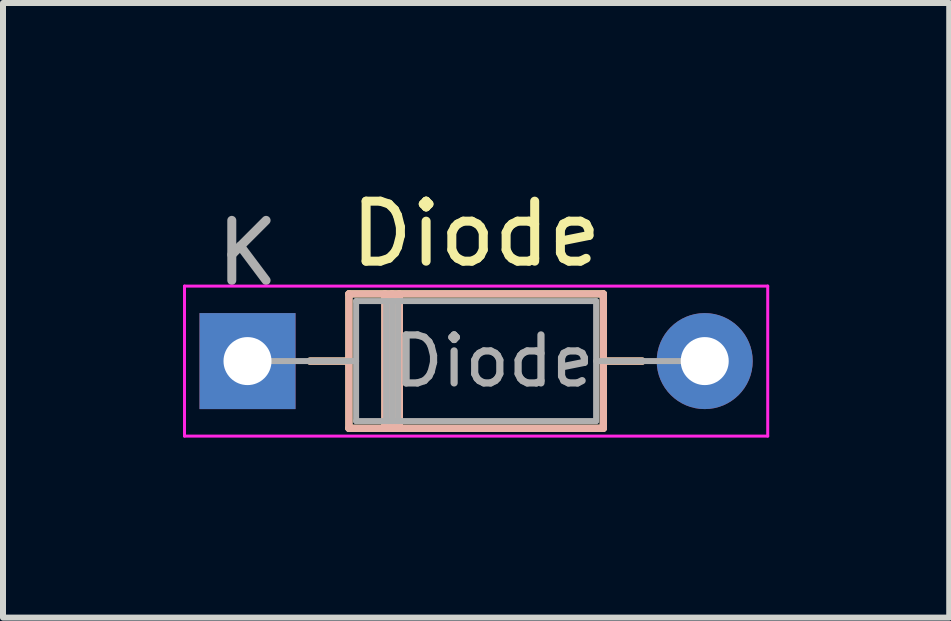
<source format=kicad_pcb>
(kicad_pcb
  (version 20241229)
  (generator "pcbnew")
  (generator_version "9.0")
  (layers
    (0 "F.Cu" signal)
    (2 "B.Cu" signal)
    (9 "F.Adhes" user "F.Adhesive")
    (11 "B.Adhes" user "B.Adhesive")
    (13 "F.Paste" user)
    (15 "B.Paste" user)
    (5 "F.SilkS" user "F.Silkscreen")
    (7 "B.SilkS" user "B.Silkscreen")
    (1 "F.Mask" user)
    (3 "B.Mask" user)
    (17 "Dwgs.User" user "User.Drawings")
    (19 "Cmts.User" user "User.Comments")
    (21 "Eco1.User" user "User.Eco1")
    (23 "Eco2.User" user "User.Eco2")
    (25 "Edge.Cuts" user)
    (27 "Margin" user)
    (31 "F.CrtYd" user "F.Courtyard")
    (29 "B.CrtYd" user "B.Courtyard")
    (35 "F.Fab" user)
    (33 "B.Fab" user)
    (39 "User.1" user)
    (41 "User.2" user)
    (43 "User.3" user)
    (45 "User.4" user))
  (footprint "Diode"
    (layer "F.Cu")
    (at 1.075 2.968)
    (property "Reference" "Diode" (at 3.81 -2.12 0) (layer "F.SilkS") (effects (font (size 1 1) (thickness 0.15))))
    (attr through_hole)
    (fp_line (start 1.04 0) (end 1.69 0) (stroke (width 0.12) (type solid)) (layer "F.SilkS"))
    (fp_line (start 1.69 -1.12) (end 1.69 1.12) (stroke (width 0.12) (type solid)) (layer "F.SilkS"))
    (fp_line (start 1.69 1.12) (end 5.93 1.12) (stroke (width 0.12) (type solid)) (layer "F.SilkS"))
    (fp_line (start 2.29 -1.12) (end 2.29 1.12) (stroke (width 0.12) (type solid)) (layer "F.SilkS"))
    (fp_line (start 2.41 -1.12) (end 2.41 1.12) (stroke (width 0.12) (type solid)) (layer "F.SilkS"))
    (fp_line (start 2.53 -1.12) (end 2.53 1.12) (stroke (width 0.12) (type solid)) (layer "F.SilkS"))
    (fp_line (start 5.93 -1.12) (end 1.69 -1.12) (stroke (width 0.12) (type solid)) (layer "F.SilkS"))
    (fp_line (start 5.93 1.12) (end 5.93 -1.12) (stroke (width 0.12) (type solid)) (layer "F.SilkS"))
    (fp_line (start 6.58 0) (end 5.93 0) (stroke (width 0.12) (type solid)) (layer "F.SilkS"))
    (fp_line (start 1.04 0) (end 1.69 0) (stroke (width 0.12) (type solid)) (layer "B.SilkS"))
    (fp_line (start 1.69 -1.12) (end 1.69 1.12) (stroke (width 0.12) (type solid)) (layer "B.SilkS"))
    (fp_line (start 1.69 1.12) (end 5.93 1.12) (stroke (width 0.12) (type solid)) (layer "B.SilkS"))
    (fp_line (start 2.29 -1.12) (end 2.29 1.12) (stroke (width 0.12) (type solid)) (layer "B.SilkS"))
    (fp_line (start 2.41 -1.12) (end 2.41 1.12) (stroke (width 0.12) (type solid)) (layer "B.SilkS"))
    (fp_line (start 2.53 -1.12) (end 2.53 1.12) (stroke (width 0.12) (type solid)) (layer "B.SilkS"))
    (fp_line (start 5.93 -1.12) (end 1.69 -1.12) (stroke (width 0.12) (type solid)) (layer "B.SilkS"))
    (fp_line (start 5.93 1.12) (end 5.93 -1.12) (stroke (width 0.12) (type solid)) (layer "B.SilkS"))
    (fp_line (start 6.58 0) (end 5.93 0) (stroke (width 0.12) (type solid)) (layer "B.SilkS"))
    (fp_line (start -1.05 -1.25) (end -1.05 1.25) (stroke (width 0.05) (type solid)) (layer "F.CrtYd"))
    (fp_line (start -1.05 1.25) (end 8.67 1.25) (stroke (width 0.05) (type solid)) (layer "F.CrtYd"))
    (fp_line (start 8.67 -1.25) (end -1.05 -1.25) (stroke (width 0.05) (type solid)) (layer "F.CrtYd"))
    (fp_line (start 8.67 1.25) (end 8.67 -1.25) (stroke (width 0.05) (type solid)) (layer "F.CrtYd"))
    (fp_line (start 0 0) (end 1.81 0) (stroke (width 0.1) (type solid)) (layer "F.Fab"))
    (fp_line (start 1.81 -1) (end 1.81 1) (stroke (width 0.1) (type solid)) (layer "F.Fab"))
    (fp_line (start 1.81 1) (end 5.81 1) (stroke (width 0.1) (type solid)) (layer "F.Fab"))
    (fp_line (start 2.31 -1) (end 2.31 1) (stroke (width 0.1) (type solid)) (layer "F.Fab"))
    (fp_line (start 2.41 -1) (end 2.41 1) (stroke (width 0.1) (type solid)) (layer "F.Fab"))
    (fp_line (start 2.51 -1) (end 2.51 1) (stroke (width 0.1) (type solid)) (layer "F.Fab"))
    (fp_line (start 5.81 -1) (end 1.81 -1) (stroke (width 0.1) (type solid)) (layer "F.Fab"))
    (fp_line (start 5.81 1) (end 5.81 -1) (stroke (width 0.1) (type solid)) (layer "F.Fab"))
    (fp_line (start 7.62 0) (end 5.81 0) (stroke (width 0.1) (type solid)) (layer "F.Fab"))
    (fp_text user "${REFERENCE}" (at 4.11 0 0) (layer "F.Fab") (effects (font (size 0.8 0.8) (thickness 0.12))))
    (fp_text user "K" (at 0 -1.8 0) (layer "F.Fab") (effects (font (size 1 1) (thickness 0.15))))
    (pad "1" thru_hole rect (at 0 0) (size 1.6 1.6) (drill 0.8) (layers "*.Cu" "*.Mask"))
    (pad "2" thru_hole oval (at 7.62 0) (size 1.6 1.6) (drill 0.8) (layers "*.Cu" "*.Mask")))
  (gr_rect
    (start -3 -3)
    (end 12.77 7.243)
    (stroke (width 0.1) (type default))
    (fill no)
    (layer "Edge.Cuts")))
</source>
